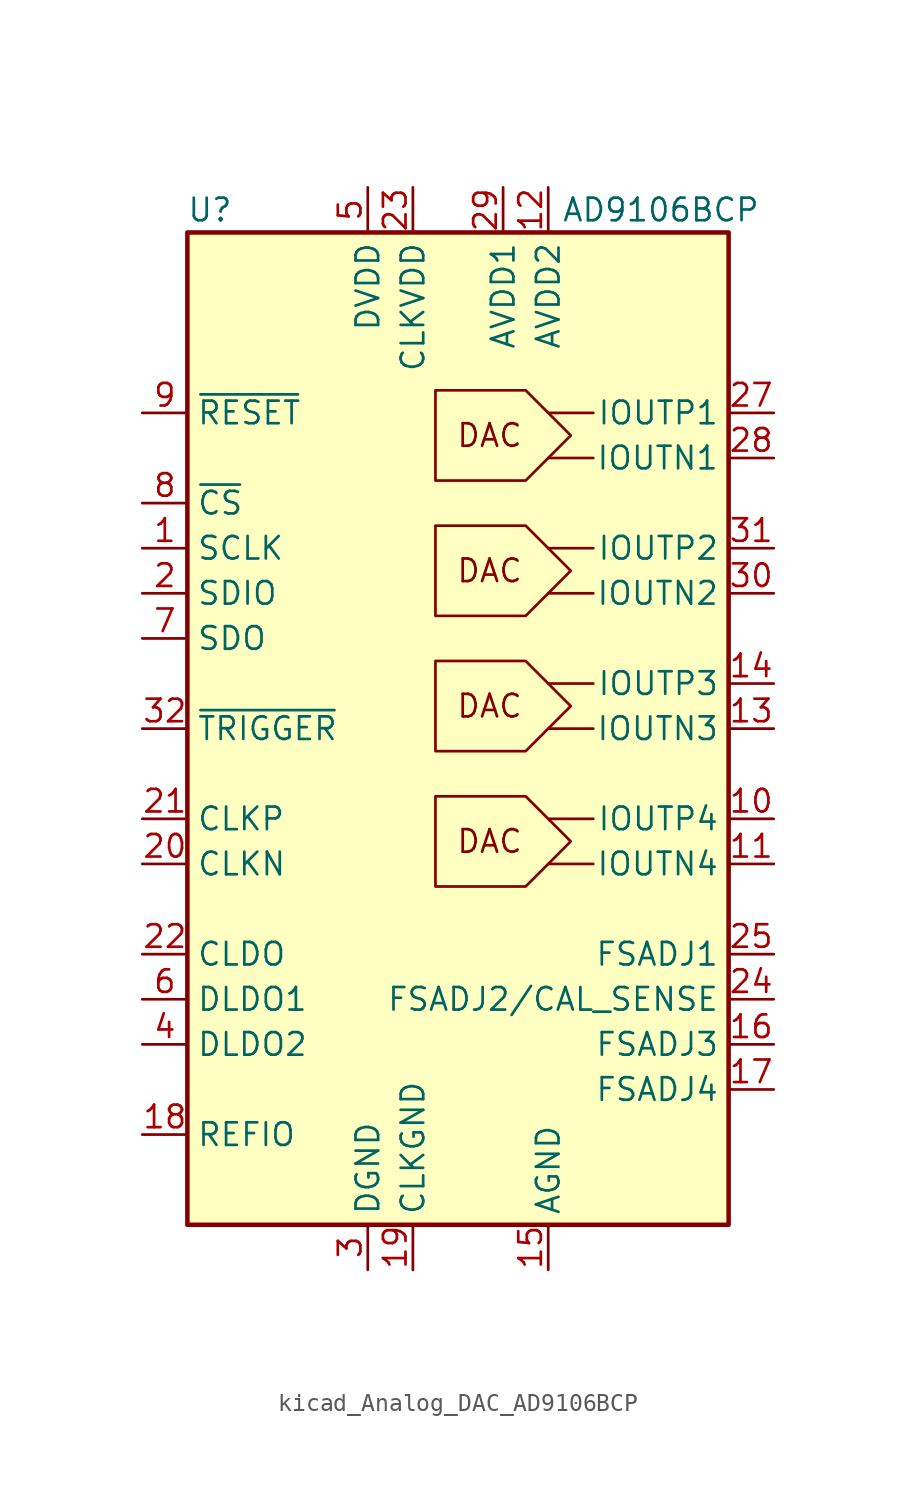
<source format=kicad_sym>
(kicad_symbol_lib
  (version 20220914)
  (generator kicad_symbol_editor)
  (symbol "kicad_Analog_DAC_AD9106BCP"
    (property "Reference" "U"
      (at -13.97 29.21 0)
      (effects (font (size 1.27 1.27))))
    (property "Value" "AD9106BCP"
      (at 11.43 29.21 0)
      (effects (font (size 1.27 1.27))))
    (symbol "kicad_Analog_DAC_AD9106BCP_0_0"
      (rectangle (start -15.24 27.94) (end 15.24 -27.94) (stroke (width 0.254) (type default)) (fill (type background)))
      (polyline (pts (xy 5.08 -7.62) (xy 7.62 -7.62)) (stroke (width 0) (type default)) (fill (type none)))
      (polyline (pts (xy 5.08 -5.08) (xy 7.62 -5.08)) (stroke (width 0) (type default)) (fill (type none)))
      (polyline (pts (xy 5.08 0) (xy 7.62 0)) (stroke (width 0) (type default)) (fill (type none)))
      (polyline (pts (xy 5.08 2.54) (xy 7.62 2.54)) (stroke (width 0) (type default)) (fill (type none)))
      (polyline (pts (xy 5.08 7.62) (xy 7.62 7.62)) (stroke (width 0) (type default)) (fill (type none)))
      (polyline (pts (xy 5.08 10.16) (xy 7.62 10.16)) (stroke (width 0) (type default)) (fill (type none)))
      (polyline (pts (xy 5.08 15.24) (xy 7.62 15.24)) (stroke (width 0) (type default)) (fill (type none)))
      (polyline (pts (xy 5.08 17.78) (xy 7.62 17.78)) (stroke (width 0) (type default)) (fill (type none)))
      (text "DAC" (at 1.778 -6.35 0) (effects (font (size 1.27 1.27))))
      (text "DAC" (at 1.778 1.27 0) (effects (font (size 1.27 1.27))))
      (text "DAC" (at 1.778 8.89 0) (effects (font (size 1.27 1.27))))
      (text "DAC" (at 1.778 16.51 0) (effects (font (size 1.27 1.27)))))
    (symbol "kicad_Analog_DAC_AD9106BCP_0_1"
      (polyline (pts (xy -1.27 -3.81) (xy 3.81 -3.81) (xy 6.35 -6.35) (xy 3.81 -8.89) (xy -1.27 -8.89) (xy -1.27 -3.81)) (stroke (width 0) (type default)) (fill (type none)))
      (polyline (pts (xy -1.27 3.81) (xy 3.81 3.81) (xy 6.35 1.27) (xy 3.81 -1.27) (xy -1.27 -1.27) (xy -1.27 3.81)) (stroke (width 0) (type default)) (fill (type none)))
      (polyline (pts (xy -1.27 11.43) (xy 3.81 11.43) (xy 6.35 8.89) (xy 3.81 6.35) (xy -1.27 6.35) (xy -1.27 11.43)) (stroke (width 0) (type default)) (fill (type none)))
      (polyline (pts (xy -1.27 19.05) (xy 3.81 19.05) (xy 6.35 16.51) (xy 3.81 13.97) (xy -1.27 13.97) (xy -1.27 19.05)) (stroke (width 0) (type default)) (fill (type none))))
    (symbol "kicad_Analog_DAC_AD9106BCP_1_1"
      (pin input line (at -17.78 10.16 0) (length 2.54) (name "SCLK" (effects (font (size 1.27 1.27)))) (number "1" (effects (font (size 1.27 1.27)))))
      (pin output line (at 17.78 -5.08 180) (length 2.54) (name "IOUTP4" (effects (font (size 1.27 1.27)))) (number "10" (effects (font (size 1.27 1.27)))))
      (pin output line (at 17.78 -7.62 180) (length 2.54) (name "IOUTN4" (effects (font (size 1.27 1.27)))) (number "11" (effects (font (size 1.27 1.27)))))
      (pin power_in line (at 5.08 30.48 270) (length 2.54) (name "AVDD2" (effects (font (size 1.27 1.27)))) (number "12" (effects (font (size 1.27 1.27)))))
      (pin output line (at 17.78 0 180) (length 2.54) (name "IOUTN3" (effects (font (size 1.27 1.27)))) (number "13" (effects (font (size 1.27 1.27)))))
      (pin output line (at 17.78 2.54 180) (length 2.54) (name "IOUTP3" (effects (font (size 1.27 1.27)))) (number "14" (effects (font (size 1.27 1.27)))))
      (pin power_in line (at 5.08 -30.48 90) (length 2.54) (name "AGND" (effects (font (size 1.27 1.27)))) (number "15" (effects (font (size 1.27 1.27)))))
      (pin output line (at 17.78 -17.78 180) (length 2.54) (name "FSADJ3" (effects (font (size 1.27 1.27)))) (number "16" (effects (font (size 1.27 1.27)))))
      (pin output line (at 17.78 -20.32 180) (length 2.54) (name "FSADJ4" (effects (font (size 1.27 1.27)))) (number "17" (effects (font (size 1.27 1.27)))))
      (pin bidirectional line (at -17.78 -22.86 0) (length 2.54) (name "REFIO" (effects (font (size 1.27 1.27)))) (number "18" (effects (font (size 1.27 1.27)))))
      (pin power_in line (at -2.54 -30.48 90) (length 2.54) (name "CLKGND" (effects (font (size 1.27 1.27)))) (number "19" (effects (font (size 1.27 1.27)))))
      (pin bidirectional line (at -17.78 7.62 0) (length 2.54) (name "SDIO" (effects (font (size 1.27 1.27)))) (number "2" (effects (font (size 1.27 1.27)))))
      (pin input line (at -17.78 -7.62 0) (length 2.54) (name "CLKN" (effects (font (size 1.27 1.27)))) (number "20" (effects (font (size 1.27 1.27)))))
      (pin input line (at -17.78 -5.08 0) (length 2.54) (name "CLKP" (effects (font (size 1.27 1.27)))) (number "21" (effects (font (size 1.27 1.27)))))
      (pin bidirectional line (at -17.78 -12.7 0) (length 2.54) (name "CLDO" (effects (font (size 1.27 1.27)))) (number "22" (effects (font (size 1.27 1.27)))))
      (pin power_in line (at -2.54 30.48 270) (length 2.54) (name "CLKVDD" (effects (font (size 1.27 1.27)))) (number "23" (effects (font (size 1.27 1.27)))))
      (pin bidirectional line (at 17.78 -15.24 180) (length 2.54) (name "FSADJ2/CAL_SENSE" (effects (font (size 1.27 1.27)))) (number "24" (effects (font (size 1.27 1.27)))))
      (pin output line (at 17.78 -12.7 180) (length 2.54) (name "FSADJ1" (effects (font (size 1.27 1.27)))) (number "25" (effects (font (size 1.27 1.27)))))
      (pin passive line (at 5.08 -30.48 90) (length 2.54) hide (name "AGND" (effects (font (size 1.27 1.27)))) (number "26" (effects (font (size 1.27 1.27)))))
      (pin output line (at 17.78 17.78 180) (length 2.54) (name "IOUTP1" (effects (font (size 1.27 1.27)))) (number "27" (effects (font (size 1.27 1.27)))))
      (pin output line (at 17.78 15.24 180) (length 2.54) (name "IOUTN1" (effects (font (size 1.27 1.27)))) (number "28" (effects (font (size 1.27 1.27)))))
      (pin power_in line (at 2.54 30.48 270) (length 2.54) (name "AVDD1" (effects (font (size 1.27 1.27)))) (number "29" (effects (font (size 1.27 1.27)))))
      (pin power_in line (at -5.08 -30.48 90) (length 2.54) (name "DGND" (effects (font (size 1.27 1.27)))) (number "3" (effects (font (size 1.27 1.27)))))
      (pin output line (at 17.78 7.62 180) (length 2.54) (name "IOUTN2" (effects (font (size 1.27 1.27)))) (number "30" (effects (font (size 1.27 1.27)))))
      (pin output line (at 17.78 10.16 180) (length 2.54) (name "IOUTP2" (effects (font (size 1.27 1.27)))) (number "31" (effects (font (size 1.27 1.27)))))
      (pin input line (at -17.78 0 0) (length 2.54) (name "~{TRIGGER}" (effects (font (size 1.27 1.27)))) (number "32" (effects (font (size 1.27 1.27)))))
      (pin passive line (at -5.08 -30.48 90) (length 2.54) hide (name "DGND" (effects (font (size 1.27 1.27)))) (number "33" (effects (font (size 1.27 1.27)))))
      (pin power_out line (at -17.78 -17.78 0) (length 2.54) (name "DLDO2" (effects (font (size 1.27 1.27)))) (number "4" (effects (font (size 1.27 1.27)))))
      (pin power_in line (at -5.08 30.48 270) (length 2.54) (name "DVDD" (effects (font (size 1.27 1.27)))) (number "5" (effects (font (size 1.27 1.27)))))
      (pin power_out line (at -17.78 -15.24 0) (length 2.54) (name "DLDO1" (effects (font (size 1.27 1.27)))) (number "6" (effects (font (size 1.27 1.27)))))
      (pin output line (at -17.78 5.08 0) (length 2.54) (name "SDO" (effects (font (size 1.27 1.27)))) (number "7" (effects (font (size 1.27 1.27)))) (alternate "DOUT" output line) (alternate "SDI2" input line))
      (pin input line (at -17.78 12.7 0) (length 2.54) (name "~{CS}" (effects (font (size 1.27 1.27)))) (number "8" (effects (font (size 1.27 1.27)))))
      (pin input line (at -17.78 17.78 0) (length 2.54) (name "~{RESET}" (effects (font (size 1.27 1.27)))) (number "9" (effects (font (size 1.27 1.27))))))))
</source>
